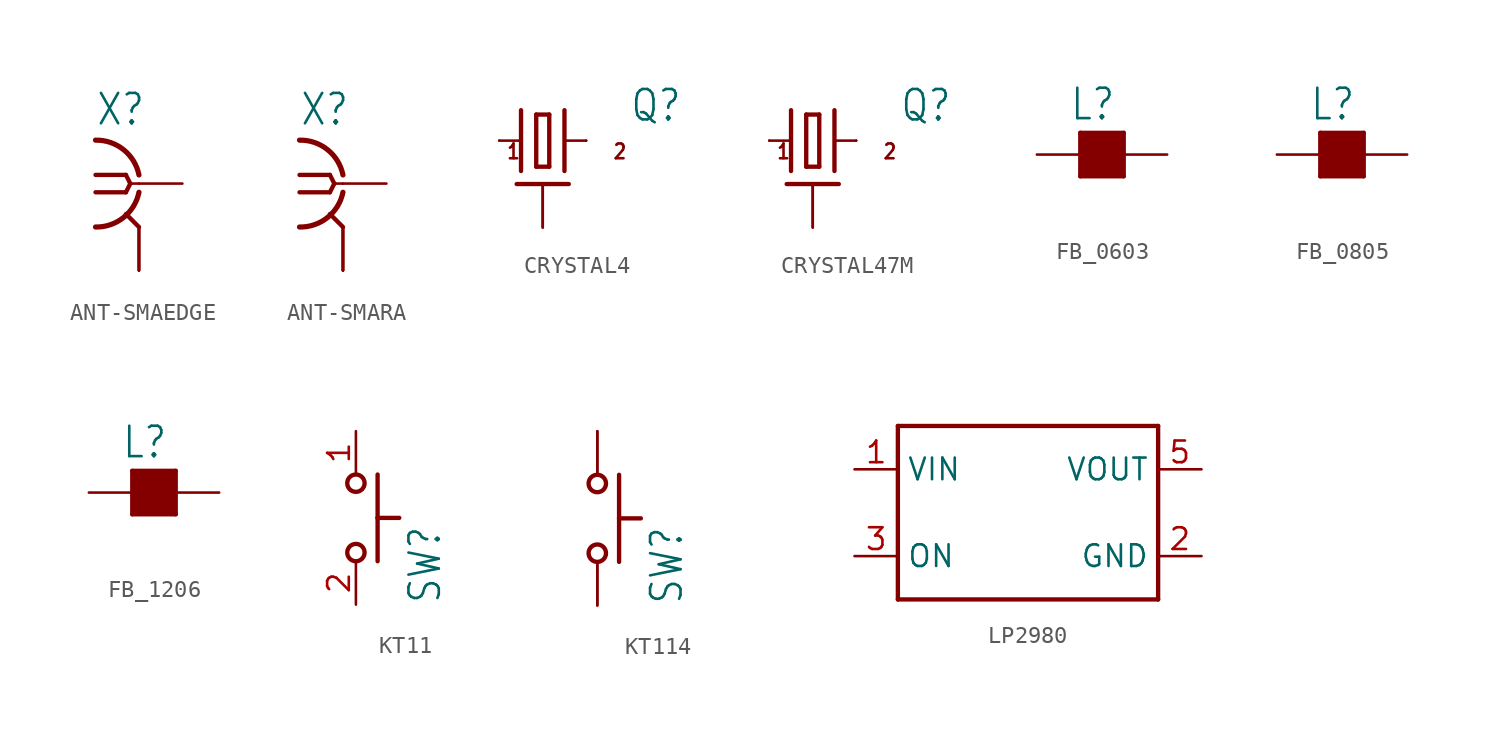
<source format=kicad_sym>
(kicad_symbol_lib
  (version 20231120)
  (generator "kicad_symbol_editor")
  (generator_version "8.0")
  (symbol "ANT-SMAEDGE"
    (property "Reference" "X"
      (at -2.54 3.302 0)
      (effects (font (size 1.778 1.511)) (justify left bottom)))
    (property "Value" ""
      (at 2.54 -5.08 0)
      (effects (font (size 1.778 1.511)) (justify left bottom)))
    (property "ki_locked" ""
      (at 0 0 0)
      (effects (font (size 1.27 1.27))))
    (symbol "ANT-SMAEDGE_1_0"
      (arc (start -2.54 -2.54) (mid -0.9022 -1.9838) (end 0 -0.508) (stroke (width 0.3048) (type solid)) (fill (type none)))
      (polyline (pts (xy -2.54 0.508) (xy -0.762 0.508)) (stroke (width 0.254) (type solid)) (fill (type none)))
      (polyline (pts (xy -0.762 -0.508) (xy -2.54 -0.508)) (stroke (width 0.254) (type solid)) (fill (type none)))
      (polyline (pts (xy -0.762 0.508) (xy -0.508 0)) (stroke (width 0.254) (type solid)) (fill (type none)))
      (polyline (pts (xy -0.508 0) (xy -0.762 -0.508)) (stroke (width 0.254) (type solid)) (fill (type none)))
      (polyline (pts (xy 0 -2.54) (xy -0.762 -1.778)) (stroke (width 0.254) (type solid)) (fill (type none)))
      (polyline (pts (xy 0 0) (xy -0.508 0)) (stroke (width 0.152) (type solid)) (fill (type none)))
      (arc (start 0 0.508) (mid -0.9022 1.9838) (end -2.54 2.54) (stroke (width 0.3048) (type solid)) (fill (type none)))
      (pin passive line (at 2.54 0 180) (length 2.54) (name "1" (effects (font (size 0 0)))) (number "C" (effects (font (size 0 0)))))
      (pin power_in line (at 0 -5.08 90) (length 2.54) (name "GND" (effects (font (size 0 0)))) (number "GND1" (effects (font (size 0 0)))))
      (pin power_in line (at 0 -5.08 90) (length 2.54) (name "GND" (effects (font (size 0 0)))) (number "GND2" (effects (font (size 0 0)))))
      (pin power_in line (at 0 -5.08 90) (length 2.54) (name "GND" (effects (font (size 0 0)))) (number "GND3" (effects (font (size 0 0)))))
      (pin power_in line (at 0 -5.08 90) (length 2.54) (name "GND" (effects (font (size 0 0)))) (number "GND4" (effects (font (size 0 0)))))))
  (symbol "ANT-SMARA"
    (property "Reference" "X"
      (at -2.54 3.302 0)
      (effects (font (size 1.778 1.511)) (justify left bottom)))
    (property "Value" ""
      (at 2.54 -5.08 0)
      (effects (font (size 1.778 1.511)) (justify left bottom)))
    (property "ki_locked" ""
      (at 0 0 0)
      (effects (font (size 1.27 1.27))))
    (symbol "ANT-SMARA_1_0"
      (arc (start -2.54 -2.54) (mid -0.9022 -1.9838) (end 0 -0.508) (stroke (width 0.3048) (type solid)) (fill (type none)))
      (polyline (pts (xy -2.54 0.508) (xy -0.762 0.508)) (stroke (width 0.254) (type solid)) (fill (type none)))
      (polyline (pts (xy -0.762 -0.508) (xy -2.54 -0.508)) (stroke (width 0.254) (type solid)) (fill (type none)))
      (polyline (pts (xy -0.762 0.508) (xy -0.508 0)) (stroke (width 0.254) (type solid)) (fill (type none)))
      (polyline (pts (xy -0.508 0) (xy -0.762 -0.508)) (stroke (width 0.254) (type solid)) (fill (type none)))
      (polyline (pts (xy 0 -2.54) (xy -0.762 -1.778)) (stroke (width 0.254) (type solid)) (fill (type none)))
      (polyline (pts (xy 0 0) (xy -0.508 0)) (stroke (width 0.152) (type solid)) (fill (type none)))
      (arc (start 0 0.508) (mid -0.9022 1.9838) (end -2.54 2.54) (stroke (width 0.3048) (type solid)) (fill (type none)))
      (pin passive line (at 2.54 0 180) (length 2.54) (name "1" (effects (font (size 0 0)))) (number "C" (effects (font (size 0 0)))))
      (pin power_in line (at 0 -5.08 90) (length 2.54) (name "GND" (effects (font (size 0 0)))) (number "GND1" (effects (font (size 0 0)))))
      (pin power_in line (at 0 -5.08 90) (length 2.54) (name "GND" (effects (font (size 0 0)))) (number "GND2" (effects (font (size 0 0)))))
      (pin power_in line (at 0 -5.08 90) (length 2.54) (name "GND" (effects (font (size 0 0)))) (number "GND3" (effects (font (size 0 0)))))
      (pin power_in line (at 0 -5.08 90) (length 2.54) (name "GND" (effects (font (size 0 0)))) (number "GND4" (effects (font (size 0 0)))))))
  (symbol "CRYSTAL4"
    (property "Reference" "Q"
      (at 5.08 1.016 0)
      (effects (font (size 1.778 1.511)) (justify left bottom)))
    (property "Value" ""
      (at 5.08 -2.54 0)
      (effects (font (size 1.778 1.511)) (justify left bottom)))
    (property "ki_locked" ""
      (at 0 0 0)
      (effects (font (size 1.27 1.27))))
    (symbol "CRYSTAL4_1_0"
      (polyline (pts (xy -2.54 0) (xy -1.27 0)) (stroke (width 0.152) (type solid)) (fill (type none)))
      (polyline (pts (xy -1.524 -2.54) (xy 1.524 -2.54)) (stroke (width 0.254) (type solid)) (fill (type none)))
      (polyline (pts (xy -1.27 1.778) (xy -1.27 -1.778)) (stroke (width 0.254) (type solid)) (fill (type none)))
      (polyline (pts (xy -0.381 -1.524) (xy 0.381 -1.524)) (stroke (width 0.254) (type solid)) (fill (type none)))
      (polyline (pts (xy -0.381 1.524) (xy -0.381 -1.524)) (stroke (width 0.254) (type solid)) (fill (type none)))
      (polyline (pts (xy 0.381 -1.524) (xy 0.381 1.524)) (stroke (width 0.254) (type solid)) (fill (type none)))
      (polyline (pts (xy 0.381 1.524) (xy -0.381 1.524)) (stroke (width 0.254) (type solid)) (fill (type none)))
      (polyline (pts (xy 1.27 0) (xy 2.54 0)) (stroke (width 0.152) (type solid)) (fill (type none)))
      (polyline (pts (xy 1.27 1.778) (xy 1.27 -1.778)) (stroke (width 0.254) (type solid)) (fill (type none)))
      (text "1" (at -2.159 -1.143 0) (effects (font (size 0.864 0.734)) (justify left bottom)))
      (text "2" (at 4.064 -1.143 0) (effects (font (size 0.864 0.734)) (justify left bottom)))
      (pin passive line (at -2.54 0 0) (length 0) (name "1" (effects (font (size 0 0)))) (number "1" (effects (font (size 0 0)))))
      (pin bidirectional line (at 0 -5.08 90) (length 2.54) (name "GND1" (effects (font (size 0 0)))) (number "2" (effects (font (size 0 0)))))
      (pin passive line (at 2.54 0 180) (length 0) (name "2" (effects (font (size 0 0)))) (number "3" (effects (font (size 0 0)))))
      (pin bidirectional line (at 0 -5.08 90) (length 2.54) (name "GND1" (effects (font (size 0 0)))) (number "4" (effects (font (size 0 0)))))))
  (symbol "CRYSTAL47M"
    (property "Reference" "Q"
      (at 5.08 1.016 0)
      (effects (font (size 1.778 1.511)) (justify left bottom)))
    (property "Value" ""
      (at 5.08 -2.54 0)
      (effects (font (size 1.778 1.511)) (justify left bottom)))
    (property "ki_locked" ""
      (at 0 0 0)
      (effects (font (size 1.27 1.27))))
    (symbol "CRYSTAL47M_1_0"
      (polyline (pts (xy -2.54 0) (xy -1.27 0)) (stroke (width 0.152) (type solid)) (fill (type none)))
      (polyline (pts (xy -1.524 -2.54) (xy 1.524 -2.54)) (stroke (width 0.254) (type solid)) (fill (type none)))
      (polyline (pts (xy -1.27 1.778) (xy -1.27 -1.778)) (stroke (width 0.254) (type solid)) (fill (type none)))
      (polyline (pts (xy -0.381 -1.524) (xy 0.381 -1.524)) (stroke (width 0.254) (type solid)) (fill (type none)))
      (polyline (pts (xy -0.381 1.524) (xy -0.381 -1.524)) (stroke (width 0.254) (type solid)) (fill (type none)))
      (polyline (pts (xy 0.381 -1.524) (xy 0.381 1.524)) (stroke (width 0.254) (type solid)) (fill (type none)))
      (polyline (pts (xy 0.381 1.524) (xy -0.381 1.524)) (stroke (width 0.254) (type solid)) (fill (type none)))
      (polyline (pts (xy 1.27 0) (xy 2.54 0)) (stroke (width 0.152) (type solid)) (fill (type none)))
      (polyline (pts (xy 1.27 1.778) (xy 1.27 -1.778)) (stroke (width 0.254) (type solid)) (fill (type none)))
      (text "1" (at -2.159 -1.143 0) (effects (font (size 0.864 0.734)) (justify left bottom)))
      (text "2" (at 4.064 -1.143 0) (effects (font (size 0.864 0.734)) (justify left bottom)))
      (pin passive line (at -2.54 0 0) (length 0) (name "1" (effects (font (size 0 0)))) (number "1" (effects (font (size 0 0)))))
      (pin bidirectional line (at 0 -5.08 90) (length 2.54) (name "GND1" (effects (font (size 0 0)))) (number "2" (effects (font (size 0 0)))))
      (pin passive line (at 2.54 0 180) (length 0) (name "2" (effects (font (size 0 0)))) (number "3" (effects (font (size 0 0)))))
      (pin bidirectional line (at 0 -5.08 90) (length 2.54) (name "GND1" (effects (font (size 0 0)))) (number "4" (effects (font (size 0 0)))))))
  (symbol "FB_0603"
    (property "Reference" "L"
      (at -0.635 1.905 0)
      (effects (font (size 1.778 1.511)) (justify left bottom)))
    (property "Value" ""
      (at -2.54 -3.81 0)
      (effects (font (size 1.778 1.511)) (justify left bottom)))
    (property "ki_locked" ""
      (at 0 0 0)
      (effects (font (size 1.27 1.27))))
    (symbol "FB_0603_1_0"
      (rectangle (start 0 -1.27) (end 2.54 1.27) (stroke (width 0) (type default)) (fill (type outline)))
      (polyline (pts (xy 0 -1.27) (xy 0 0)) (stroke (width 0.254) (type solid)) (fill (type none)))
      (polyline (pts (xy 0 0) (xy 0 1.27)) (stroke (width 0.254) (type solid)) (fill (type none)))
      (polyline (pts (xy 0 0) (xy 2.54 0)) (stroke (width 0.152) (type solid)) (fill (type none)))
      (polyline (pts (xy 0 1.27) (xy 2.54 1.27)) (stroke (width 0.254) (type solid)) (fill (type none)))
      (polyline (pts (xy 2.54 -1.27) (xy 0 -1.27)) (stroke (width 0.254) (type solid)) (fill (type none)))
      (polyline (pts (xy 2.54 0) (xy 2.54 -1.27)) (stroke (width 0.254) (type solid)) (fill (type none)))
      (polyline (pts (xy 2.54 1.27) (xy 2.54 0)) (stroke (width 0.254) (type solid)) (fill (type none)))
      (pin passive line (at -2.54 0 0) (length 2.54) (name "1" (effects (font (size 0 0)))) (number "1" (effects (font (size 0 0)))))
      (pin passive line (at 5.08 0 180) (length 2.54) (name "2" (effects (font (size 0 0)))) (number "2" (effects (font (size 0 0)))))))
  (symbol "FB_0805"
    (property "Reference" "L"
      (at -0.635 1.905 0)
      (effects (font (size 1.778 1.511)) (justify left bottom)))
    (property "Value" ""
      (at -2.54 -3.81 0)
      (effects (font (size 1.778 1.511)) (justify left bottom)))
    (property "ki_locked" ""
      (at 0 0 0)
      (effects (font (size 1.27 1.27))))
    (symbol "FB_0805_1_0"
      (rectangle (start 0 -1.27) (end 2.54 1.27) (stroke (width 0) (type default)) (fill (type outline)))
      (polyline (pts (xy 0 -1.27) (xy 0 0)) (stroke (width 0.254) (type solid)) (fill (type none)))
      (polyline (pts (xy 0 0) (xy 0 1.27)) (stroke (width 0.254) (type solid)) (fill (type none)))
      (polyline (pts (xy 0 0) (xy 2.54 0)) (stroke (width 0.152) (type solid)) (fill (type none)))
      (polyline (pts (xy 0 1.27) (xy 2.54 1.27)) (stroke (width 0.254) (type solid)) (fill (type none)))
      (polyline (pts (xy 2.54 -1.27) (xy 0 -1.27)) (stroke (width 0.254) (type solid)) (fill (type none)))
      (polyline (pts (xy 2.54 0) (xy 2.54 -1.27)) (stroke (width 0.254) (type solid)) (fill (type none)))
      (polyline (pts (xy 2.54 1.27) (xy 2.54 0)) (stroke (width 0.254) (type solid)) (fill (type none)))
      (pin passive line (at -2.54 0 0) (length 2.54) (name "1" (effects (font (size 0 0)))) (number "1" (effects (font (size 0 0)))))
      (pin passive line (at 5.08 0 180) (length 2.54) (name "2" (effects (font (size 0 0)))) (number "2" (effects (font (size 0 0)))))))
  (symbol "FB_1206"
    (property "Reference" "L"
      (at -0.635 1.905 0)
      (effects (font (size 1.778 1.511)) (justify left bottom)))
    (property "Value" ""
      (at -2.54 -3.81 0)
      (effects (font (size 1.778 1.511)) (justify left bottom)))
    (property "ki_locked" ""
      (at 0 0 0)
      (effects (font (size 1.27 1.27))))
    (symbol "FB_1206_1_0"
      (rectangle (start 0 -1.27) (end 2.54 1.27) (stroke (width 0) (type default)) (fill (type outline)))
      (polyline (pts (xy 0 -1.27) (xy 0 0)) (stroke (width 0.254) (type solid)) (fill (type none)))
      (polyline (pts (xy 0 0) (xy 0 1.27)) (stroke (width 0.254) (type solid)) (fill (type none)))
      (polyline (pts (xy 0 0) (xy 2.54 0)) (stroke (width 0.152) (type solid)) (fill (type none)))
      (polyline (pts (xy 0 1.27) (xy 2.54 1.27)) (stroke (width 0.254) (type solid)) (fill (type none)))
      (polyline (pts (xy 2.54 -1.27) (xy 0 -1.27)) (stroke (width 0.254) (type solid)) (fill (type none)))
      (polyline (pts (xy 2.54 0) (xy 2.54 -1.27)) (stroke (width 0.254) (type solid)) (fill (type none)))
      (polyline (pts (xy 2.54 1.27) (xy 2.54 0)) (stroke (width 0.254) (type solid)) (fill (type none)))
      (pin passive line (at -2.54 0 0) (length 2.54) (name "1" (effects (font (size 0 0)))) (number "1" (effects (font (size 0 0)))))
      (pin passive line (at 5.08 0 180) (length 2.54) (name "2" (effects (font (size 0 0)))) (number "2" (effects (font (size 0 0)))))))
  (symbol "KT11"
    (property "Reference" "SW"
      (at 5.08 -5.08 90)
      (effects (font (size 1.778 1.511)) (justify left bottom)))
    (property "Value" ""
      (at 7.62 -5.08 90)
      (effects (font (size 1.778 1.511)) (justify left bottom)))
    (property "ki_locked" ""
      (at 0 0 0)
      (effects (font (size 1.27 1.27))))
    (symbol "KT11_1_0"
      (circle (center 0 -2.032) (radius 0.508) (stroke (width 0.254) (type solid)) (fill (type none)))
      (polyline (pts (xy 1.27 0) (xy 1.27 -2.54)) (stroke (width 0.254) (type solid)) (fill (type none)))
      (polyline (pts (xy 1.27 0) (xy 2.54 0)) (stroke (width 0.254) (type solid)) (fill (type none)))
      (polyline (pts (xy 1.27 2.54) (xy 1.27 0)) (stroke (width 0.254) (type solid)) (fill (type none)))
      (circle (center 0 2.032) (radius 0.508) (stroke (width 0.254) (type solid)) (fill (type none)))
      (pin bidirectional line (at 0 5.08 270) (length 2.54) (name "1" (effects (font (size 0 0)))) (number "1" (effects (font (size 1.27 1.27)))))
      (pin bidirectional line (at 0 -5.08 90) (length 2.54) (name "2" (effects (font (size 0 0)))) (number "2" (effects (font (size 1.27 1.27)))))))
  (symbol "KT114"
    (property "Reference" "SW"
      (at 5.08 -5.08 90)
      (effects (font (size 1.778 1.511)) (justify left bottom)))
    (property "Value" ""
      (at 7.62 -5.08 90)
      (effects (font (size 1.778 1.511)) (justify left bottom)))
    (property "ki_locked" ""
      (at 0 0 0)
      (effects (font (size 1.27 1.27))))
    (symbol "KT114_1_0"
      (circle (center 0 -2.032) (radius 0.508) (stroke (width 0.254) (type solid)) (fill (type none)))
      (polyline (pts (xy 1.27 0) (xy 1.27 -2.54)) (stroke (width 0.254) (type solid)) (fill (type none)))
      (polyline (pts (xy 1.27 0) (xy 2.54 0)) (stroke (width 0.254) (type solid)) (fill (type none)))
      (polyline (pts (xy 1.27 2.54) (xy 1.27 0)) (stroke (width 0.254) (type solid)) (fill (type none)))
      (circle (center 0 2.032) (radius 0.508) (stroke (width 0.254) (type solid)) (fill (type none)))
      (pin bidirectional line (at 0 5.08 270) (length 2.54) (name "1" (effects (font (size 0 0)))) (number "1" (effects (font (size 0 0)))))
      (pin bidirectional line (at 0 5.08 270) (length 2.54) (name "1" (effects (font (size 0 0)))) (number "2" (effects (font (size 0 0)))))
      (pin bidirectional line (at 0 -5.08 90) (length 2.54) (name "2" (effects (font (size 0 0)))) (number "3" (effects (font (size 0 0)))))
      (pin bidirectional line (at 0 -5.08 90) (length 2.54) (name "2" (effects (font (size 0 0)))) (number "4" (effects (font (size 0 0)))))))
  (symbol "LP2980"
    (property "Reference" "IC"
      (at -7.62 5.588 0)
      (effects (font (size 1.778 1.511)) (justify left bottom) (hide yes)))
    (property "ki_locked" ""
      (at 0 0 0)
      (effects (font (size 1.27 1.27))))
    (symbol "LP2980_1_0"
      (polyline (pts (xy -7.62 -5.08) (xy -7.62 5.08)) (stroke (width 0.254) (type solid)) (fill (type none)))
      (polyline (pts (xy -7.62 5.08) (xy 7.62 5.08)) (stroke (width 0.254) (type solid)) (fill (type none)))
      (polyline (pts (xy 7.62 -5.08) (xy -7.62 -5.08)) (stroke (width 0.254) (type solid)) (fill (type none)))
      (polyline (pts (xy 7.62 5.08) (xy 7.62 -5.08)) (stroke (width 0.254) (type solid)) (fill (type none)))
      (pin passive line (at -10.16 2.54 0) (length 2.54) (name "VIN" (effects (font (size 1.27 1.27)))) (number "1" (effects (font (size 1.27 1.27)))))
      (pin power_in line (at 10.16 -2.54 180) (length 2.54) (name "GND" (effects (font (size 1.27 1.27)))) (number "2" (effects (font (size 1.27 1.27)))))
      (pin bidirectional line (at -10.16 -2.54 0) (length 2.54) (name "ON" (effects (font (size 1.27 1.27)))) (number "3" (effects (font (size 1.27 1.27)))))
      (pin passive line (at 10.16 2.54 180) (length 2.54) (name "VOUT" (effects (font (size 1.27 1.27)))) (number "5" (effects (font (size 1.27 1.27))))))))
</source>
